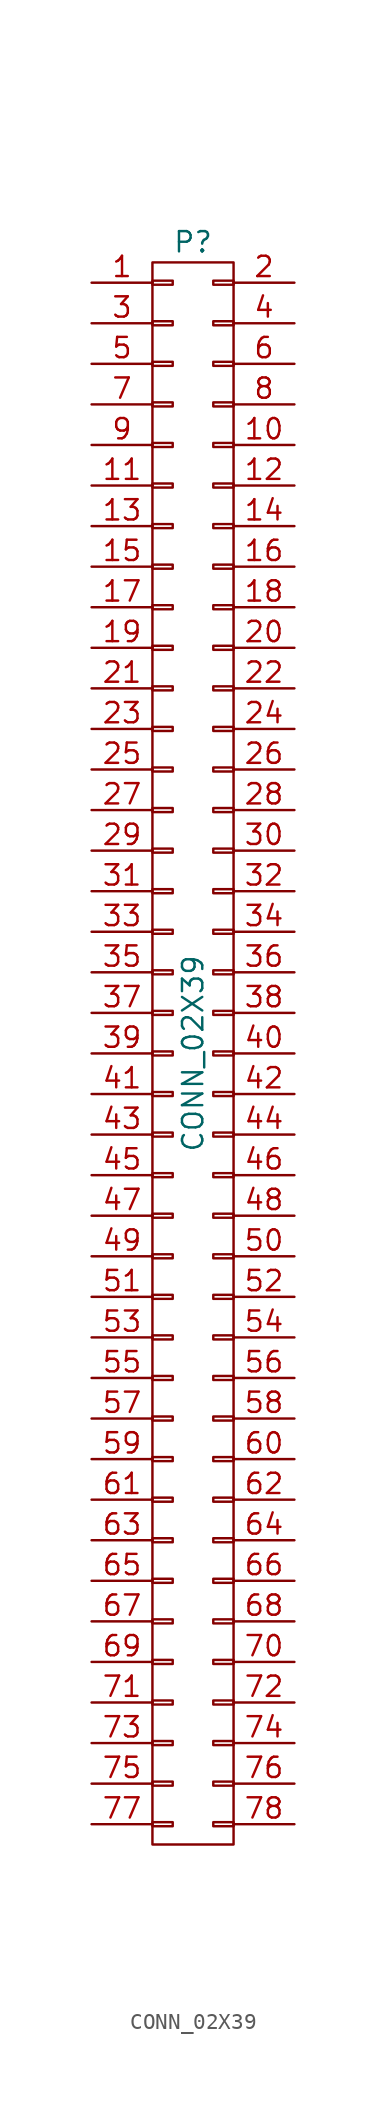
<source format=kicad_sym>
(kicad_symbol_lib
  (version 20231120)
  (generator "kicad_symbol_editor")
  (generator_version "8.0")
  (symbol "CONN_02X39"
    (pin_names
      (offset 0.025) hide)
    (property "Reference" "P"
      (at 0 50.8 0)
      (effects (font (size 1.27 1.27))))
    (property "Value" "CONN_02X39"
      (at 0 0 90)
      (effects (font (size 1.27 1.27))))
    (property "Footprint" ""
      (at 0 -1.27 0)
      (effects (font (size 1.27 1.27))))
    (property "Datasheet" ""
      (at 0 -1.27 0)
      (effects (font (size 1.27 1.27))))
    (symbol "CONN_02X39_0_1"
      (rectangle (start -2.54 -49.53) (end 2.54 49.53) (stroke (width 0) (type solid)) (fill (type none)))
      (rectangle (start -2.54 -48.133) (end -1.27 -48.387) (stroke (width 0) (type solid)) (fill (type none)))
      (rectangle (start -2.54 -45.593) (end -1.27 -45.847) (stroke (width 0) (type solid)) (fill (type none)))
      (rectangle (start -2.54 -43.053) (end -1.27 -43.307) (stroke (width 0) (type solid)) (fill (type none)))
      (rectangle (start -2.54 -40.513) (end -1.27 -40.767) (stroke (width 0) (type solid)) (fill (type none)))
      (rectangle (start -2.54 -37.973) (end -1.27 -38.227) (stroke (width 0) (type solid)) (fill (type none)))
      (rectangle (start -2.54 -35.433) (end -1.27 -35.687) (stroke (width 0) (type solid)) (fill (type none)))
      (rectangle (start -2.54 -32.893) (end -1.27 -33.147) (stroke (width 0) (type solid)) (fill (type none)))
      (rectangle (start -2.54 -30.353) (end -1.27 -30.607) (stroke (width 0) (type solid)) (fill (type none)))
      (rectangle (start -2.54 -27.813) (end -1.27 -28.067) (stroke (width 0) (type solid)) (fill (type none)))
      (rectangle (start -2.54 -25.273) (end -1.27 -25.527) (stroke (width 0) (type solid)) (fill (type none)))
      (rectangle (start -2.54 -22.733) (end -1.27 -22.987) (stroke (width 0) (type solid)) (fill (type none)))
      (rectangle (start -2.54 -20.193) (end -1.27 -20.447) (stroke (width 0) (type solid)) (fill (type none)))
      (rectangle (start -2.54 -17.653) (end -1.27 -17.907) (stroke (width 0) (type solid)) (fill (type none)))
      (rectangle (start -2.54 -15.113) (end -1.27 -15.367) (stroke (width 0) (type solid)) (fill (type none)))
      (rectangle (start -2.54 -12.573) (end -1.27 -12.827) (stroke (width 0) (type solid)) (fill (type none)))
      (rectangle (start -2.54 -10.033) (end -1.27 -10.287) (stroke (width 0) (type solid)) (fill (type none)))
      (rectangle (start -2.54 -7.493) (end -1.27 -7.747) (stroke (width 0) (type solid)) (fill (type none)))
      (rectangle (start -2.54 -4.953) (end -1.27 -5.207) (stroke (width 0) (type solid)) (fill (type none)))
      (rectangle (start -2.54 -2.413) (end -1.27 -2.667) (stroke (width 0) (type solid)) (fill (type none)))
      (rectangle (start -2.54 0.127) (end -1.27 -0.127) (stroke (width 0) (type solid)) (fill (type none)))
      (rectangle (start -2.54 2.667) (end -1.27 2.413) (stroke (width 0) (type solid)) (fill (type none)))
      (rectangle (start -2.54 5.207) (end -1.27 4.953) (stroke (width 0) (type solid)) (fill (type none)))
      (rectangle (start -2.54 7.747) (end -1.27 7.493) (stroke (width 0) (type solid)) (fill (type none)))
      (rectangle (start -2.54 10.287) (end -1.27 10.033) (stroke (width 0) (type solid)) (fill (type none)))
      (rectangle (start -2.54 12.827) (end -1.27 12.573) (stroke (width 0) (type solid)) (fill (type none)))
      (rectangle (start -2.54 15.367) (end -1.27 15.113) (stroke (width 0) (type solid)) (fill (type none)))
      (rectangle (start -2.54 17.907) (end -1.27 17.653) (stroke (width 0) (type solid)) (fill (type none)))
      (rectangle (start -2.54 20.447) (end -1.27 20.193) (stroke (width 0) (type solid)) (fill (type none)))
      (rectangle (start -2.54 22.987) (end -1.27 22.733) (stroke (width 0) (type solid)) (fill (type none)))
      (rectangle (start -2.54 25.527) (end -1.27 25.273) (stroke (width 0) (type solid)) (fill (type none)))
      (rectangle (start -2.54 28.067) (end -1.27 27.813) (stroke (width 0) (type solid)) (fill (type none)))
      (rectangle (start -2.54 30.607) (end -1.27 30.353) (stroke (width 0) (type solid)) (fill (type none)))
      (rectangle (start -2.54 33.147) (end -1.27 32.893) (stroke (width 0) (type solid)) (fill (type none)))
      (rectangle (start -2.54 35.687) (end -1.27 35.433) (stroke (width 0) (type solid)) (fill (type none)))
      (rectangle (start -2.54 38.227) (end -1.27 37.973) (stroke (width 0) (type solid)) (fill (type none)))
      (rectangle (start -2.54 40.767) (end -1.27 40.513) (stroke (width 0) (type solid)) (fill (type none)))
      (rectangle (start -2.54 43.307) (end -1.27 43.053) (stroke (width 0) (type solid)) (fill (type none)))
      (rectangle (start -2.54 45.847) (end -1.27 45.593) (stroke (width 0) (type solid)) (fill (type none)))
      (rectangle (start -2.54 48.387) (end -1.27 48.133) (stroke (width 0) (type solid)) (fill (type none)))
      (rectangle (start 1.27 -48.133) (end 2.54 -48.387) (stroke (width 0) (type solid)) (fill (type none)))
      (rectangle (start 1.27 -45.593) (end 2.54 -45.847) (stroke (width 0) (type solid)) (fill (type none)))
      (rectangle (start 1.27 -43.053) (end 2.54 -43.307) (stroke (width 0) (type solid)) (fill (type none)))
      (rectangle (start 1.27 -40.513) (end 2.54 -40.767) (stroke (width 0) (type solid)) (fill (type none)))
      (rectangle (start 1.27 -37.973) (end 2.54 -38.227) (stroke (width 0) (type solid)) (fill (type none)))
      (rectangle (start 1.27 -35.433) (end 2.54 -35.687) (stroke (width 0) (type solid)) (fill (type none)))
      (rectangle (start 1.27 -32.893) (end 2.54 -33.147) (stroke (width 0) (type solid)) (fill (type none)))
      (rectangle (start 1.27 -30.353) (end 2.54 -30.607) (stroke (width 0) (type solid)) (fill (type none)))
      (rectangle (start 1.27 -27.813) (end 2.54 -28.067) (stroke (width 0) (type solid)) (fill (type none)))
      (rectangle (start 1.27 -25.273) (end 2.54 -25.527) (stroke (width 0) (type solid)) (fill (type none)))
      (rectangle (start 1.27 -22.733) (end 2.54 -22.987) (stroke (width 0) (type solid)) (fill (type none)))
      (rectangle (start 1.27 -20.193) (end 2.54 -20.447) (stroke (width 0) (type solid)) (fill (type none)))
      (rectangle (start 1.27 -17.653) (end 2.54 -17.907) (stroke (width 0) (type solid)) (fill (type none)))
      (rectangle (start 1.27 -15.113) (end 2.54 -15.367) (stroke (width 0) (type solid)) (fill (type none)))
      (rectangle (start 1.27 -12.573) (end 2.54 -12.827) (stroke (width 0) (type solid)) (fill (type none)))
      (rectangle (start 1.27 -10.033) (end 2.54 -10.287) (stroke (width 0) (type solid)) (fill (type none)))
      (rectangle (start 1.27 -7.493) (end 2.54 -7.747) (stroke (width 0) (type solid)) (fill (type none)))
      (rectangle (start 1.27 -4.953) (end 2.54 -5.207) (stroke (width 0) (type solid)) (fill (type none)))
      (rectangle (start 1.27 -2.413) (end 2.54 -2.667) (stroke (width 0) (type solid)) (fill (type none)))
      (rectangle (start 1.27 0.127) (end 2.54 -0.127) (stroke (width 0) (type solid)) (fill (type none)))
      (rectangle (start 1.27 2.667) (end 2.54 2.413) (stroke (width 0) (type solid)) (fill (type none)))
      (rectangle (start 1.27 5.207) (end 2.54 4.953) (stroke (width 0) (type solid)) (fill (type none)))
      (rectangle (start 1.27 7.747) (end 2.54 7.493) (stroke (width 0) (type solid)) (fill (type none)))
      (rectangle (start 1.27 10.287) (end 2.54 10.033) (stroke (width 0) (type solid)) (fill (type none)))
      (rectangle (start 1.27 12.827) (end 2.54 12.573) (stroke (width 0) (type solid)) (fill (type none)))
      (rectangle (start 1.27 15.367) (end 2.54 15.113) (stroke (width 0) (type solid)) (fill (type none)))
      (rectangle (start 1.27 17.907) (end 2.54 17.653) (stroke (width 0) (type solid)) (fill (type none)))
      (rectangle (start 1.27 20.447) (end 2.54 20.193) (stroke (width 0) (type solid)) (fill (type none)))
      (rectangle (start 1.27 22.987) (end 2.54 22.733) (stroke (width 0) (type solid)) (fill (type none)))
      (rectangle (start 1.27 25.527) (end 2.54 25.273) (stroke (width 0) (type solid)) (fill (type none)))
      (rectangle (start 1.27 28.067) (end 2.54 27.813) (stroke (width 0) (type solid)) (fill (type none)))
      (rectangle (start 1.27 30.607) (end 2.54 30.353) (stroke (width 0) (type solid)) (fill (type none)))
      (rectangle (start 1.27 33.147) (end 2.54 32.893) (stroke (width 0) (type solid)) (fill (type none)))
      (rectangle (start 1.27 35.687) (end 2.54 35.433) (stroke (width 0) (type solid)) (fill (type none)))
      (rectangle (start 1.27 38.227) (end 2.54 37.973) (stroke (width 0) (type solid)) (fill (type none)))
      (rectangle (start 1.27 40.767) (end 2.54 40.513) (stroke (width 0) (type solid)) (fill (type none)))
      (rectangle (start 1.27 43.307) (end 2.54 43.053) (stroke (width 0) (type solid)) (fill (type none)))
      (rectangle (start 1.27 45.847) (end 2.54 45.593) (stroke (width 0) (type solid)) (fill (type none)))
      (rectangle (start 1.27 48.387) (end 2.54 48.133) (stroke (width 0) (type solid)) (fill (type none))))
    (symbol "CONN_02X39_1_1"
      (pin passive line (at -6.35 48.26 0) (length 3.81) (name "P1" (effects (font (size 1.27 1.27)))) (number "1" (effects (font (size 1.27 1.27)))))
      (pin passive line (at 6.35 38.1 180) (length 3.81) (name "P10" (effects (font (size 1.27 1.27)))) (number "10" (effects (font (size 1.27 1.27)))))
      (pin passive line (at -6.35 35.56 0) (length 3.81) (name "P11" (effects (font (size 1.27 1.27)))) (number "11" (effects (font (size 1.27 1.27)))))
      (pin passive line (at 6.35 35.56 180) (length 3.81) (name "P12" (effects (font (size 1.27 1.27)))) (number "12" (effects (font (size 1.27 1.27)))))
      (pin passive line (at -6.35 33.02 0) (length 3.81) (name "P13" (effects (font (size 1.27 1.27)))) (number "13" (effects (font (size 1.27 1.27)))))
      (pin passive line (at 6.35 33.02 180) (length 3.81) (name "P14" (effects (font (size 1.27 1.27)))) (number "14" (effects (font (size 1.27 1.27)))))
      (pin passive line (at -6.35 30.48 0) (length 3.81) (name "P15" (effects (font (size 1.27 1.27)))) (number "15" (effects (font (size 1.27 1.27)))))
      (pin passive line (at 6.35 30.48 180) (length 3.81) (name "P16" (effects (font (size 1.27 1.27)))) (number "16" (effects (font (size 1.27 1.27)))))
      (pin passive line (at -6.35 27.94 0) (length 3.81) (name "P17" (effects (font (size 1.27 1.27)))) (number "17" (effects (font (size 1.27 1.27)))))
      (pin passive line (at 6.35 27.94 180) (length 3.81) (name "P18" (effects (font (size 1.27 1.27)))) (number "18" (effects (font (size 1.27 1.27)))))
      (pin passive line (at -6.35 25.4 0) (length 3.81) (name "P19" (effects (font (size 1.27 1.27)))) (number "19" (effects (font (size 1.27 1.27)))))
      (pin passive line (at 6.35 48.26 180) (length 3.81) (name "P2" (effects (font (size 1.27 1.27)))) (number "2" (effects (font (size 1.27 1.27)))))
      (pin passive line (at 6.35 25.4 180) (length 3.81) (name "P20" (effects (font (size 1.27 1.27)))) (number "20" (effects (font (size 1.27 1.27)))))
      (pin passive line (at -6.35 22.86 0) (length 3.81) (name "P21" (effects (font (size 1.27 1.27)))) (number "21" (effects (font (size 1.27 1.27)))))
      (pin passive line (at 6.35 22.86 180) (length 3.81) (name "P22" (effects (font (size 1.27 1.27)))) (number "22" (effects (font (size 1.27 1.27)))))
      (pin passive line (at -6.35 20.32 0) (length 3.81) (name "P23" (effects (font (size 1.27 1.27)))) (number "23" (effects (font (size 1.27 1.27)))))
      (pin passive line (at 6.35 20.32 180) (length 3.81) (name "P24" (effects (font (size 1.27 1.27)))) (number "24" (effects (font (size 1.27 1.27)))))
      (pin passive line (at -6.35 17.78 0) (length 3.81) (name "P25" (effects (font (size 1.27 1.27)))) (number "25" (effects (font (size 1.27 1.27)))))
      (pin passive line (at 6.35 17.78 180) (length 3.81) (name "P26" (effects (font (size 1.27 1.27)))) (number "26" (effects (font (size 1.27 1.27)))))
      (pin passive line (at -6.35 15.24 0) (length 3.81) (name "P27" (effects (font (size 1.27 1.27)))) (number "27" (effects (font (size 1.27 1.27)))))
      (pin passive line (at 6.35 15.24 180) (length 3.81) (name "P28" (effects (font (size 1.27 1.27)))) (number "28" (effects (font (size 1.27 1.27)))))
      (pin passive line (at -6.35 12.7 0) (length 3.81) (name "P29" (effects (font (size 1.27 1.27)))) (number "29" (effects (font (size 1.27 1.27)))))
      (pin passive line (at -6.35 45.72 0) (length 3.81) (name "P3" (effects (font (size 1.27 1.27)))) (number "3" (effects (font (size 1.27 1.27)))))
      (pin passive line (at 6.35 12.7 180) (length 3.81) (name "P30" (effects (font (size 1.27 1.27)))) (number "30" (effects (font (size 1.27 1.27)))))
      (pin passive line (at -6.35 10.16 0) (length 3.81) (name "P31" (effects (font (size 1.27 1.27)))) (number "31" (effects (font (size 1.27 1.27)))))
      (pin passive line (at 6.35 10.16 180) (length 3.81) (name "P32" (effects (font (size 1.27 1.27)))) (number "32" (effects (font (size 1.27 1.27)))))
      (pin passive line (at -6.35 7.62 0) (length 3.81) (name "P33" (effects (font (size 1.27 1.27)))) (number "33" (effects (font (size 1.27 1.27)))))
      (pin passive line (at 6.35 7.62 180) (length 3.81) (name "P34" (effects (font (size 1.27 1.27)))) (number "34" (effects (font (size 1.27 1.27)))))
      (pin passive line (at -6.35 5.08 0) (length 3.81) (name "P35" (effects (font (size 1.27 1.27)))) (number "35" (effects (font (size 1.27 1.27)))))
      (pin passive line (at 6.35 5.08 180) (length 3.81) (name "P36" (effects (font (size 1.27 1.27)))) (number "36" (effects (font (size 1.27 1.27)))))
      (pin passive line (at -6.35 2.54 0) (length 3.81) (name "P37" (effects (font (size 1.27 1.27)))) (number "37" (effects (font (size 1.27 1.27)))))
      (pin passive line (at 6.35 2.54 180) (length 3.81) (name "P38" (effects (font (size 1.27 1.27)))) (number "38" (effects (font (size 1.27 1.27)))))
      (pin passive line (at -6.35 0 0) (length 3.81) (name "P39" (effects (font (size 1.27 1.27)))) (number "39" (effects (font (size 1.27 1.27)))))
      (pin passive line (at 6.35 45.72 180) (length 3.81) (name "P4" (effects (font (size 1.27 1.27)))) (number "4" (effects (font (size 1.27 1.27)))))
      (pin passive line (at 6.35 0 180) (length 3.81) (name "P40" (effects (font (size 1.27 1.27)))) (number "40" (effects (font (size 1.27 1.27)))))
      (pin passive line (at -6.35 -2.54 0) (length 3.81) (name "P41" (effects (font (size 1.27 1.27)))) (number "41" (effects (font (size 1.27 1.27)))))
      (pin passive line (at 6.35 -2.54 180) (length 3.81) (name "P42" (effects (font (size 1.27 1.27)))) (number "42" (effects (font (size 1.27 1.27)))))
      (pin passive line (at -6.35 -5.08 0) (length 3.81) (name "P43" (effects (font (size 1.27 1.27)))) (number "43" (effects (font (size 1.27 1.27)))))
      (pin passive line (at 6.35 -5.08 180) (length 3.81) (name "P44" (effects (font (size 1.27 1.27)))) (number "44" (effects (font (size 1.27 1.27)))))
      (pin passive line (at -6.35 -7.62 0) (length 3.81) (name "P45" (effects (font (size 1.27 1.27)))) (number "45" (effects (font (size 1.27 1.27)))))
      (pin passive line (at 6.35 -7.62 180) (length 3.81) (name "P46" (effects (font (size 1.27 1.27)))) (number "46" (effects (font (size 1.27 1.27)))))
      (pin passive line (at -6.35 -10.16 0) (length 3.81) (name "P47" (effects (font (size 1.27 1.27)))) (number "47" (effects (font (size 1.27 1.27)))))
      (pin passive line (at 6.35 -10.16 180) (length 3.81) (name "P48" (effects (font (size 1.27 1.27)))) (number "48" (effects (font (size 1.27 1.27)))))
      (pin passive line (at -6.35 -12.7 0) (length 3.81) (name "P49" (effects (font (size 1.27 1.27)))) (number "49" (effects (font (size 1.27 1.27)))))
      (pin passive line (at -6.35 43.18 0) (length 3.81) (name "P5" (effects (font (size 1.27 1.27)))) (number "5" (effects (font (size 1.27 1.27)))))
      (pin passive line (at 6.35 -12.7 180) (length 3.81) (name "P50" (effects (font (size 1.27 1.27)))) (number "50" (effects (font (size 1.27 1.27)))))
      (pin passive line (at -6.35 -15.24 0) (length 3.81) (name "P51" (effects (font (size 1.27 1.27)))) (number "51" (effects (font (size 1.27 1.27)))))
      (pin passive line (at 6.35 -15.24 180) (length 3.81) (name "P52" (effects (font (size 1.27 1.27)))) (number "52" (effects (font (size 1.27 1.27)))))
      (pin passive line (at -6.35 -17.78 0) (length 3.81) (name "P53" (effects (font (size 1.27 1.27)))) (number "53" (effects (font (size 1.27 1.27)))))
      (pin passive line (at 6.35 -17.78 180) (length 3.81) (name "P54" (effects (font (size 1.27 1.27)))) (number "54" (effects (font (size 1.27 1.27)))))
      (pin passive line (at -6.35 -20.32 0) (length 3.81) (name "P55" (effects (font (size 1.27 1.27)))) (number "55" (effects (font (size 1.27 1.27)))))
      (pin passive line (at 6.35 -20.32 180) (length 3.81) (name "P56" (effects (font (size 1.27 1.27)))) (number "56" (effects (font (size 1.27 1.27)))))
      (pin passive line (at -6.35 -22.86 0) (length 3.81) (name "P57" (effects (font (size 1.27 1.27)))) (number "57" (effects (font (size 1.27 1.27)))))
      (pin passive line (at 6.35 -22.86 180) (length 3.81) (name "P58" (effects (font (size 1.27 1.27)))) (number "58" (effects (font (size 1.27 1.27)))))
      (pin passive line (at -6.35 -25.4 0) (length 3.81) (name "P59" (effects (font (size 1.27 1.27)))) (number "59" (effects (font (size 1.27 1.27)))))
      (pin passive line (at 6.35 43.18 180) (length 3.81) (name "P6" (effects (font (size 1.27 1.27)))) (number "6" (effects (font (size 1.27 1.27)))))
      (pin passive line (at 6.35 -25.4 180) (length 3.81) (name "P60" (effects (font (size 1.27 1.27)))) (number "60" (effects (font (size 1.27 1.27)))))
      (pin passive line (at -6.35 -27.94 0) (length 3.81) (name "P61" (effects (font (size 1.27 1.27)))) (number "61" (effects (font (size 1.27 1.27)))))
      (pin passive line (at 6.35 -27.94 180) (length 3.81) (name "P62" (effects (font (size 1.27 1.27)))) (number "62" (effects (font (size 1.27 1.27)))))
      (pin passive line (at -6.35 -30.48 0) (length 3.81) (name "P63" (effects (font (size 1.27 1.27)))) (number "63" (effects (font (size 1.27 1.27)))))
      (pin passive line (at 6.35 -30.48 180) (length 3.81) (name "P64" (effects (font (size 1.27 1.27)))) (number "64" (effects (font (size 1.27 1.27)))))
      (pin passive line (at -6.35 -33.02 0) (length 3.81) (name "P65" (effects (font (size 1.27 1.27)))) (number "65" (effects (font (size 1.27 1.27)))))
      (pin passive line (at 6.35 -33.02 180) (length 3.81) (name "P66" (effects (font (size 1.27 1.27)))) (number "66" (effects (font (size 1.27 1.27)))))
      (pin passive line (at -6.35 -35.56 0) (length 3.81) (name "P67" (effects (font (size 1.27 1.27)))) (number "67" (effects (font (size 1.27 1.27)))))
      (pin passive line (at 6.35 -35.56 180) (length 3.81) (name "P68" (effects (font (size 1.27 1.27)))) (number "68" (effects (font (size 1.27 1.27)))))
      (pin passive line (at -6.35 -38.1 0) (length 3.81) (name "P69" (effects (font (size 1.27 1.27)))) (number "69" (effects (font (size 1.27 1.27)))))
      (pin passive line (at -6.35 40.64 0) (length 3.81) (name "P7" (effects (font (size 1.27 1.27)))) (number "7" (effects (font (size 1.27 1.27)))))
      (pin passive line (at 6.35 -38.1 180) (length 3.81) (name "P70" (effects (font (size 1.27 1.27)))) (number "70" (effects (font (size 1.27 1.27)))))
      (pin passive line (at -6.35 -40.64 0) (length 3.81) (name "P71" (effects (font (size 1.27 1.27)))) (number "71" (effects (font (size 1.27 1.27)))))
      (pin passive line (at 6.35 -40.64 180) (length 3.81) (name "P72" (effects (font (size 1.27 1.27)))) (number "72" (effects (font (size 1.27 1.27)))))
      (pin passive line (at -6.35 -43.18 0) (length 3.81) (name "P73" (effects (font (size 1.27 1.27)))) (number "73" (effects (font (size 1.27 1.27)))))
      (pin passive line (at 6.35 -43.18 180) (length 3.81) (name "P74" (effects (font (size 1.27 1.27)))) (number "74" (effects (font (size 1.27 1.27)))))
      (pin passive line (at -6.35 -45.72 0) (length 3.81) (name "P75" (effects (font (size 1.27 1.27)))) (number "75" (effects (font (size 1.27 1.27)))))
      (pin passive line (at 6.35 -45.72 180) (length 3.81) (name "P76" (effects (font (size 1.27 1.27)))) (number "76" (effects (font (size 1.27 1.27)))))
      (pin passive line (at -6.35 -48.26 0) (length 3.81) (name "P77" (effects (font (size 1.27 1.27)))) (number "77" (effects (font (size 1.27 1.27)))))
      (pin passive line (at 6.35 -48.26 180) (length 3.81) (name "P78" (effects (font (size 1.27 1.27)))) (number "78" (effects (font (size 1.27 1.27)))))
      (pin passive line (at 6.35 40.64 180) (length 3.81) (name "P8" (effects (font (size 1.27 1.27)))) (number "8" (effects (font (size 1.27 1.27)))))
      (pin passive line (at -6.35 38.1 0) (length 3.81) (name "P9" (effects (font (size 1.27 1.27)))) (number "9" (effects (font (size 1.27 1.27))))))))
</source>
